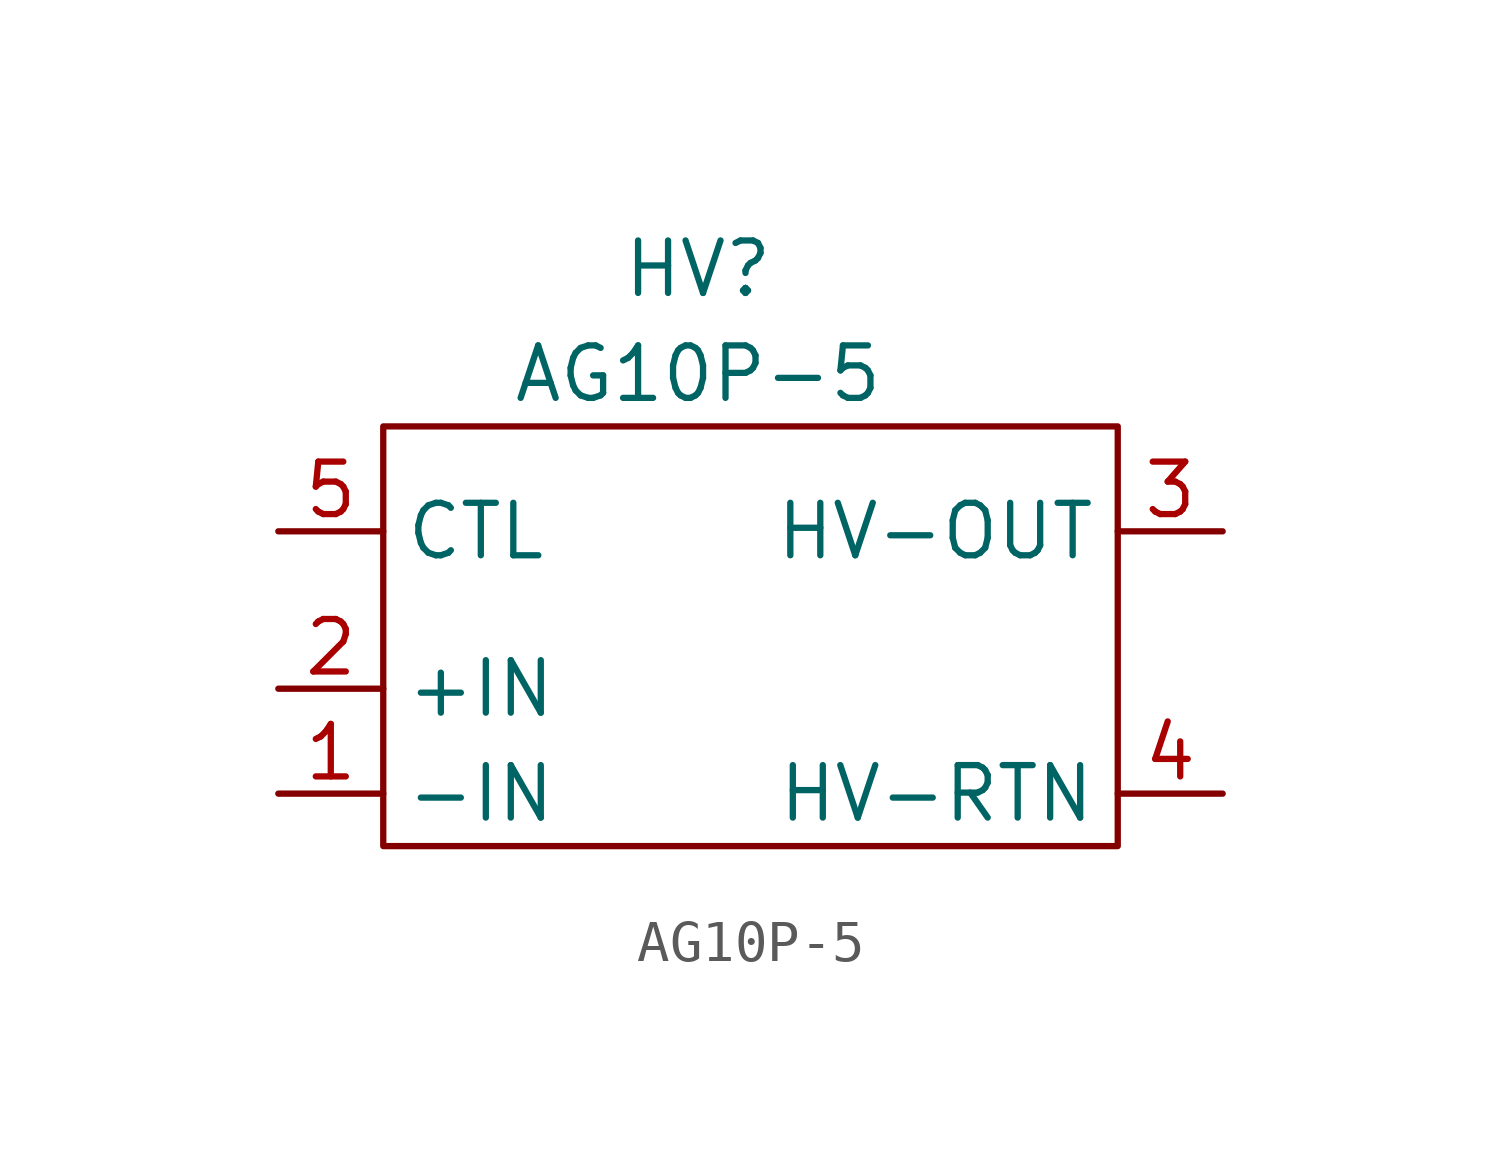
<source format=kicad_sym>
(kicad_symbol_lib
  (version 20211014)
  (generator kicad_symbol_editor)
  (symbol "AG10P-5"
    (property "Reference" "HV"
      (at 10.16 7.62 0)
      (effects (font (size 1.27 1.27))))
    (property "Value" "AG10P-5"
      (at 10.16 5.08 0)
      (effects (font (size 1.27 1.27))))
    (symbol "AG10P-5_0_0"
      (pin unspecified line (at 0 -5.08 0) (length 2.54) (name "-IN" (effects (font (size 1.27 1.27)))) (number "1" (effects (font (size 1.27 1.27)))))
      (pin unspecified line (at 0 -2.54 0) (length 2.54) (name "+IN" (effects (font (size 1.27 1.27)))) (number "2" (effects (font (size 1.27 1.27)))))
      (pin unspecified line (at 22.86 1.27 180) (length 2.54) (name "HV-OUT" (effects (font (size 1.27 1.27)))) (number "3" (effects (font (size 1.27 1.27)))))
      (pin unspecified line (at 22.86 -5.08 180) (length 2.54) (name "HV-RTN" (effects (font (size 1.27 1.27)))) (number "4" (effects (font (size 1.27 1.27)))))
      (pin unspecified line (at 0 1.27 0) (length 2.54) (name "CTL" (effects (font (size 1.27 1.27)))) (number "5" (effects (font (size 1.27 1.27))))))
    (symbol "AG10P-5_0_1"
      (rectangle (start 2.54 3.81) (end 20.32 -6.35) (stroke (width 0) (type default) (color 0 0 0 0)) (fill (type none))))))
</source>
